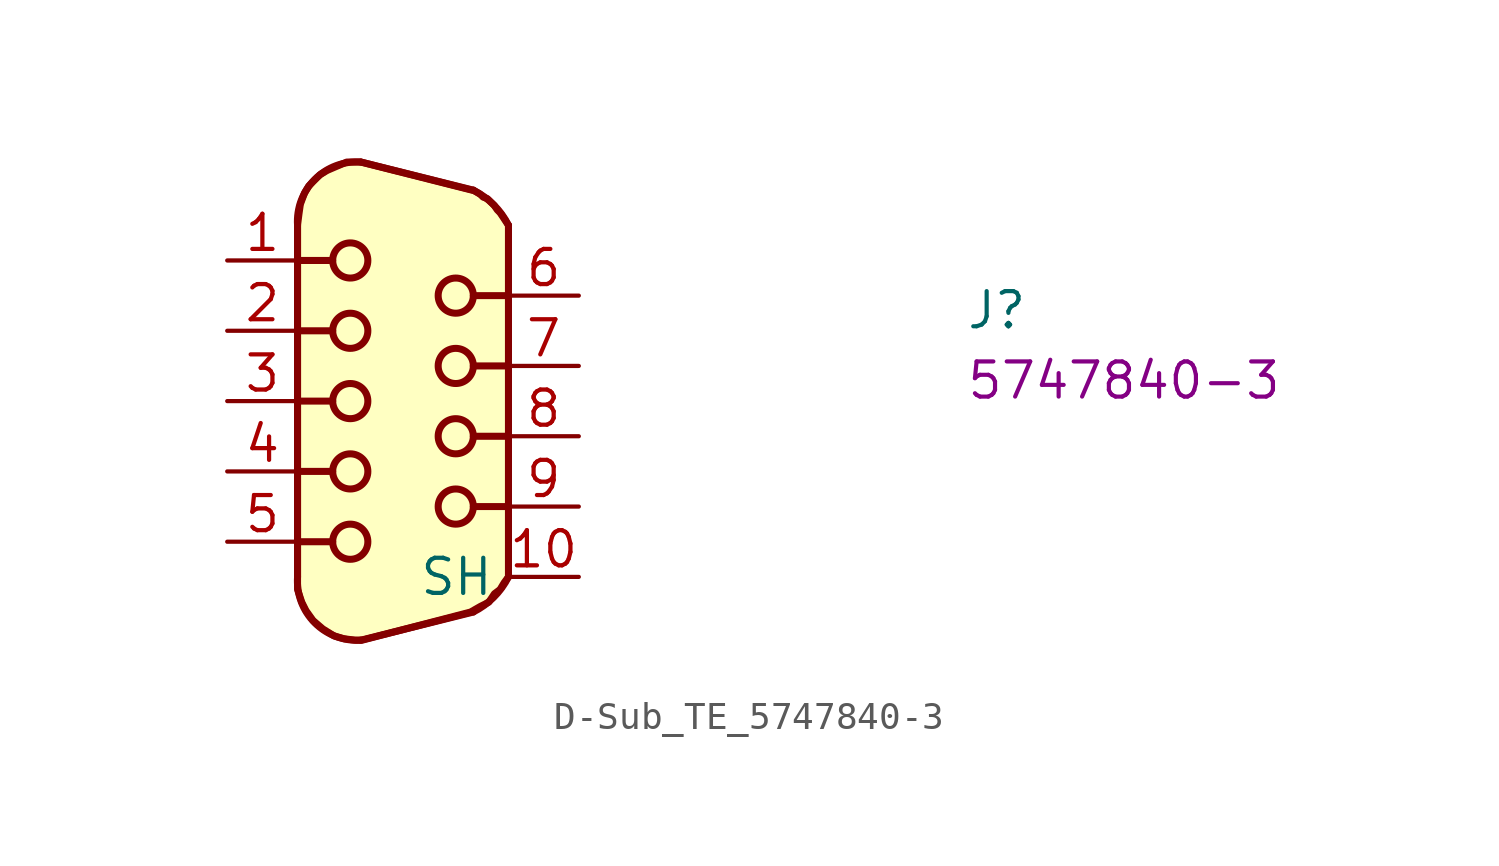
<source format=kicad_sym>
(kicad_symbol_lib
  (version 20220914)
  (generator kicad_symbol_editor)
  (symbol "D-Sub_TE_5747840-3"
    (property "Reference" "J"
      (at 26.67 -2.54 0)
      (effects (font (size 1.27 1.27) (thickness 0.15)) (justify left bottom)))
    (property "MPN" "5747840-3"
      (at 26.67 -5.08 0)
      (effects (font (size 1.27 1.27) (thickness 0.15)) (justify left bottom)))
    (symbol "D-Sub_TE_5747840-3_1_1"
      (polyline (pts (xy 2.54 -10.16) (xy 3.81 -10.16)) (stroke (width 0.254) (type default)) (fill (type background)))
      (polyline (pts (xy 2.54 -7.62) (xy 3.81 -7.62)) (stroke (width 0.254) (type default)) (fill (type background)))
      (polyline (pts (xy 2.54 -5.08) (xy 3.81 -5.08)) (stroke (width 0.254) (type default)) (fill (type background)))
      (polyline (pts (xy 2.54 -2.54) (xy 3.81 -2.54)) (stroke (width 0.254) (type default)) (fill (type background)))
      (polyline (pts (xy 2.54 0) (xy 3.81 0)) (stroke (width 0.254) (type default)) (fill (type background)))
      (polyline (pts (xy 2.54 1.27) (xy 2.54 -11.43)) (stroke (width 0.254) (type default)) (fill (type background)))
      (polyline (pts (xy 4.826 -13.716) (xy 8.89 -12.7)) (stroke (width 0.254) (type default)) (fill (type background)))
      (polyline (pts (xy 8.89 2.54) (xy 4.826 3.556)) (stroke (width 0.254) (type default)) (fill (type background)))
      (polyline (pts (xy 10.16 -8.89) (xy 8.89 -8.89)) (stroke (width 0.254) (type default)) (fill (type background)))
      (polyline (pts (xy 10.16 -6.35) (xy 8.89 -6.35)) (stroke (width 0.254) (type default)) (fill (type background)))
      (polyline (pts (xy 10.16 -3.81) (xy 8.89 -3.81)) (stroke (width 0.254) (type default)) (fill (type background)))
      (polyline (pts (xy 10.16 -1.27) (xy 8.89 -1.27)) (stroke (width 0.254) (type default)) (fill (type background)))
      (polyline (pts (xy 10.16 1.27) (xy 10.16 -11.43)) (stroke (width 0.254) (type default)) (fill (type background)))
      (polyline (pts (xy 8.89 2.54) (xy 9.144 2.388) (xy 9.246 2.286) (xy 9.398 2.235) (xy 9.55 2.083) (xy 9.652 1.981) (xy 9.754 1.829) (xy 9.855 1.727) (xy 9.957 1.575) (xy 10.058 1.422) (xy 10.16 1.27) (xy 10.16 -11.43) (xy 10.008 -11.633) (xy 9.855 -11.887) (xy 9.652 -12.04) (xy 9.449 -12.344) (xy 9.144 -12.497) (xy 8.788 -12.7) (xy 4.877 -13.716) (xy 4.623 -13.716) (xy 4.216 -13.665) (xy 3.861 -13.564) (xy 3.454 -13.31) (xy 3.099 -13.005) (xy 2.845 -12.649) (xy 2.692 -12.344) (xy 2.54 -11.887) (xy 2.54 -11.43) (xy 2.54 1.27) (xy 2.591 1.676) (xy 2.642 2.032) (xy 2.794 2.438) (xy 2.946 2.692) (xy 3.15 2.896) (xy 3.353 3.099) (xy 3.607 3.251) (xy 3.962 3.404) (xy 4.318 3.556) (xy 4.572 3.556) (xy 4.826 3.556) (xy 8.839 2.54)) (stroke (width 0.254) (type default)) (fill (type background)))
      (arc (start 2.54 -11.43) (mid 3.1646 -13.0914) (end 4.826 -13.716) (stroke (width 0.254) (type default)) (fill (type background)))
      (circle (center 4.445 -10.16) (radius 0.635) (stroke (width 0.254) (type default)) (fill (type background)))
      (circle (center 4.445 -7.62) (radius 0.635) (stroke (width 0.254) (type default)) (fill (type background)))
      (circle (center 4.445 -5.08) (radius 0.635) (stroke (width 0.254) (type default)) (fill (type background)))
      (circle (center 4.445 -2.54) (radius 0.635) (stroke (width 0.254) (type default)) (fill (type background)))
      (circle (center 4.445 0) (radius 0.635) (stroke (width 0.254) (type default)) (fill (type background)))
      (arc (start 4.826 3.556) (mid 3.1646 2.9314) (end 2.54 1.27) (stroke (width 0.254) (type default)) (fill (type background)))
      (circle (center 8.255 -8.89) (radius 0.635) (stroke (width 0.254) (type default)) (fill (type background)))
      (circle (center 8.255 -6.35) (radius 0.635) (stroke (width 0.254) (type default)) (fill (type background)))
      (circle (center 8.255 -3.81) (radius 0.635) (stroke (width 0.254) (type default)) (fill (type background)))
      (circle (center 8.255 -1.27) (radius 0.635) (stroke (width 0.254) (type default)) (fill (type background)))
      (arc (start 8.89 -12.7) (mid 9.628 -12.168) (end 10.16 -11.43) (stroke (width 0.254) (type default)) (fill (type background)))
      (arc (start 10.16 1.27) (mid 9.628 2.008) (end 8.89 2.54) (stroke (width 0.254) (type default)) (fill (type background)))
      (pin passive line (at 0 0 0) (length 2.54) (name "~" (effects (font (size 1.27 1.27)))) (number "1" (effects (font (size 1.27 1.27)))))
      (pin passive line (at 12.7 -11.43 180) (length 2.54) (name "SH" (effects (font (size 1.27 1.27)))) (number "10" (effects (font (size 1.27 1.27)))))
      (pin passive line (at 0 -2.54 0) (length 2.54) (name "~" (effects (font (size 1.27 1.27)))) (number "2" (effects (font (size 1.27 1.27)))))
      (pin passive line (at 0 -5.08 0) (length 2.54) (name "~" (effects (font (size 1.27 1.27)))) (number "3" (effects (font (size 1.27 1.27)))))
      (pin passive line (at 0 -7.62 0) (length 2.54) (name "~" (effects (font (size 1.27 1.27)))) (number "4" (effects (font (size 1.27 1.27)))))
      (pin passive line (at 0 -10.16 0) (length 2.54) (name "~" (effects (font (size 1.27 1.27)))) (number "5" (effects (font (size 1.27 1.27)))))
      (pin passive line (at 12.7 -1.27 180) (length 2.54) (name "~" (effects (font (size 1.27 1.27)))) (number "6" (effects (font (size 1.27 1.27)))))
      (pin passive line (at 12.7 -3.81 180) (length 2.54) (name "~" (effects (font (size 1.27 1.27)))) (number "7" (effects (font (size 1.27 1.27)))))
      (pin passive line (at 12.7 -6.35 180) (length 2.54) (name "~" (effects (font (size 1.27 1.27)))) (number "8" (effects (font (size 1.27 1.27)))))
      (pin passive line (at 12.7 -8.89 180) (length 2.54) (name "~" (effects (font (size 1.27 1.27)))) (number "9" (effects (font (size 1.27 1.27))))))))
</source>
